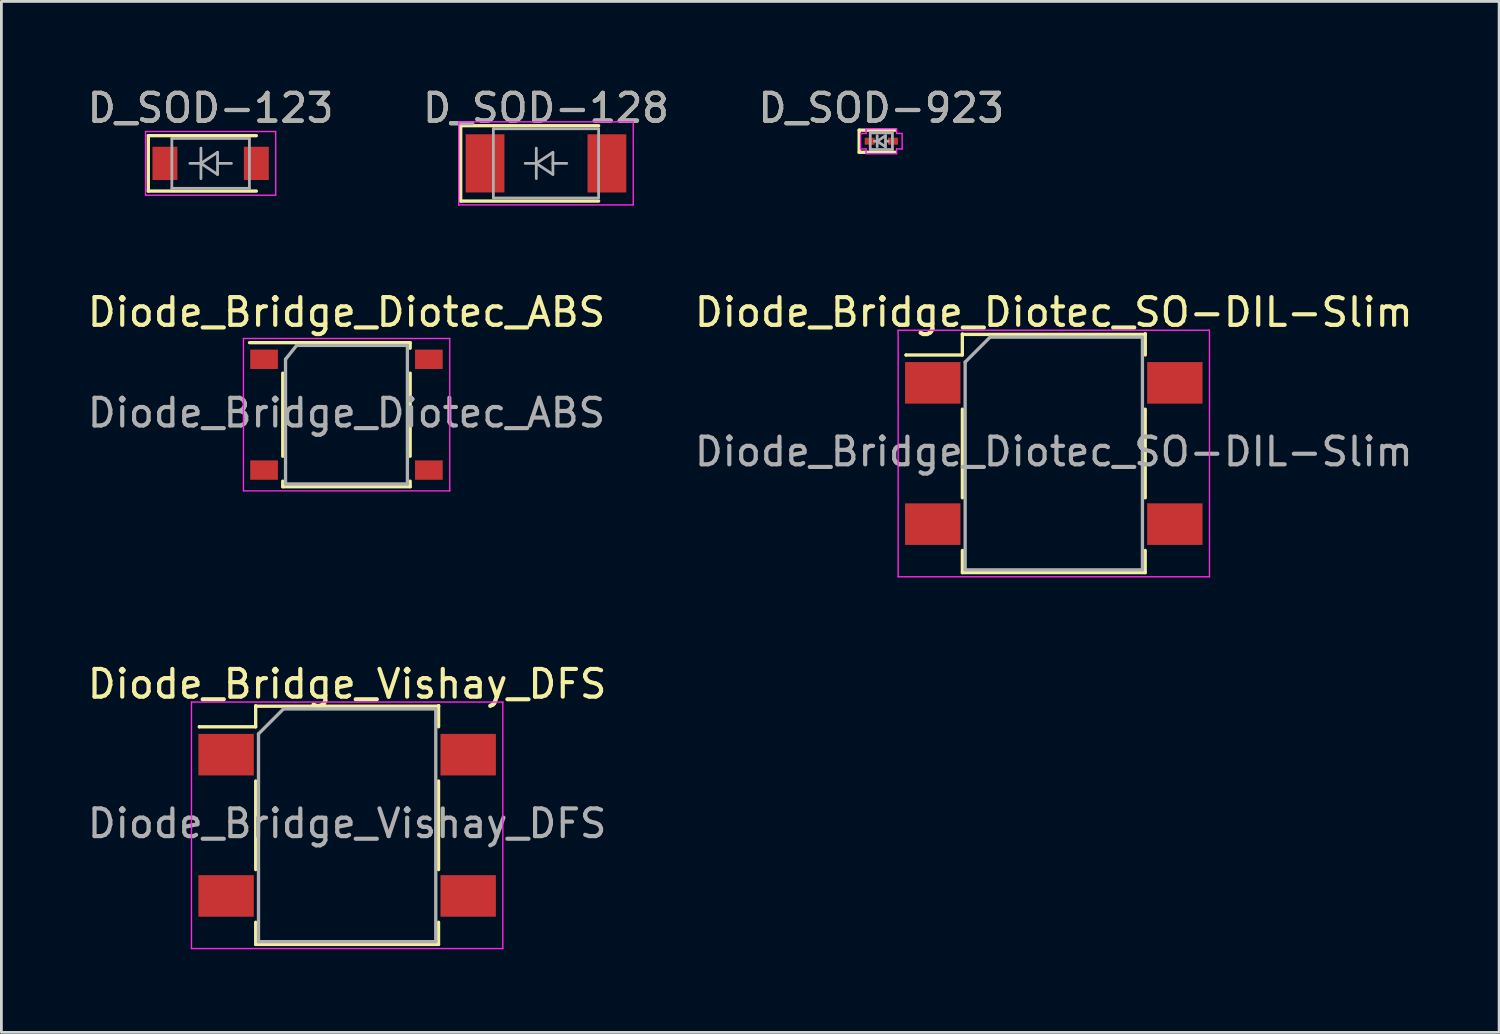
<source format=kicad_pcb>
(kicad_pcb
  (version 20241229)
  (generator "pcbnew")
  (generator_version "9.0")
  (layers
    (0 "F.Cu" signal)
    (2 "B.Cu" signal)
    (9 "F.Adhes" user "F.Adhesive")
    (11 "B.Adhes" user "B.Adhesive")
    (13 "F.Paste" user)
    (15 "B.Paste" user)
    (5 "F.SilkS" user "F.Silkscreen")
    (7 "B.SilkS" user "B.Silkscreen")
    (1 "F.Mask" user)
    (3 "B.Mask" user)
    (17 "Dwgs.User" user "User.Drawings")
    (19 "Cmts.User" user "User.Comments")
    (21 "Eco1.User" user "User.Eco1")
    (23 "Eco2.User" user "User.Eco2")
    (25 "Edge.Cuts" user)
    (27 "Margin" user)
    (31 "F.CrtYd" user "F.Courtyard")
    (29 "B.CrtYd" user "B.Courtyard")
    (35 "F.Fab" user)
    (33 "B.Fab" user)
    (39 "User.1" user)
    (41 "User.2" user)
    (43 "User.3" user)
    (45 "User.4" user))
  (footprint "D_SOD-923"
    (layer "F.Cu")
    (at 28.768 2.048)
    (property "Reference" "D_SOD-923" (at 0 -1.2 0) (layer "F.SilkS") (effects (font (size 1 1) (thickness 0.15))))
    (attr smd)
    (fp_line (start -0.8 -0.4) (end -0.8 0.4) (stroke (width 0.12) (type solid)) (layer "F.SilkS"))
    (fp_line (start 0.5 -0.4) (end -0.8 -0.4) (stroke (width 0.12) (type solid)) (layer "F.SilkS"))
    (fp_line (start 0.5 0.4) (end -0.8 0.4) (stroke (width 0.12) (type solid)) (layer "F.SilkS"))
    (fp_line (start -0.75 -0.28) (end -0.75 0.28) (stroke (width 0.05) (type solid)) (layer "F.CrtYd"))
    (fp_line (start -0.75 0.28) (end -0.55 0.28) (stroke (width 0.05) (type solid)) (layer "F.CrtYd"))
    (fp_line (start -0.55 -0.45) (end 0.55 -0.45) (stroke (width 0.05) (type solid)) (layer "F.CrtYd"))
    (fp_line (start -0.55 -0.28) (end -0.75 -0.28) (stroke (width 0.05) (type solid)) (layer "F.CrtYd"))
    (fp_line (start -0.55 -0.28) (end -0.55 -0.45) (stroke (width 0.05) (type solid)) (layer "F.CrtYd"))
    (fp_line (start -0.55 0.45) (end -0.55 0.28) (stroke (width 0.05) (type solid)) (layer "F.CrtYd"))
    (fp_line (start 0.55 -0.45) (end 0.55 -0.28) (stroke (width 0.05) (type solid)) (layer "F.CrtYd"))
    (fp_line (start 0.55 -0.28) (end 0.75 -0.28) (stroke (width 0.05) (type solid)) (layer "F.CrtYd"))
    (fp_line (start 0.55 0.28) (end 0.55 0.45) (stroke (width 0.05) (type solid)) (layer "F.CrtYd"))
    (fp_line (start 0.55 0.45) (end -0.55 0.45) (stroke (width 0.05) (type solid)) (layer "F.CrtYd"))
    (fp_line (start 0.75 -0.28) (end 0.75 0.28) (stroke (width 0.05) (type solid)) (layer "F.CrtYd"))
    (fp_line (start 0.75 0.28) (end 0.55 0.28) (stroke (width 0.05) (type solid)) (layer "F.CrtYd"))
    (fp_line (start -0.4 -0.3) (end 0.4 -0.3) (stroke (width 0.1) (type solid)) (layer "F.Fab"))
    (fp_line (start -0.4 0.3) (end -0.4 -0.3) (stroke (width 0.1) (type solid)) (layer "F.Fab"))
    (fp_line (start -0.15 0) (end -0.25 0) (stroke (width 0.1) (type solid)) (layer "F.Fab"))
    (fp_line (start -0.15 0) (end 0.15 0.2) (stroke (width 0.1) (type solid)) (layer "F.Fab"))
    (fp_line (start -0.15 0.2) (end -0.15 -0.2) (stroke (width 0.1) (type solid)) (layer "F.Fab"))
    (fp_line (start 0.15 -0.2) (end -0.15 0) (stroke (width 0.1) (type solid)) (layer "F.Fab"))
    (fp_line (start 0.15 0) (end 0.25 0) (stroke (width 0.1) (type solid)) (layer "F.Fab"))
    (fp_line (start 0.15 0.2) (end 0.15 -0.2) (stroke (width 0.1) (type solid)) (layer "F.Fab"))
    (fp_line (start 0.4 -0.3) (end 0.4 0.3) (stroke (width 0.1) (type solid)) (layer "F.Fab"))
    (fp_line (start 0.4 0.3) (end -0.4 0.3) (stroke (width 0.1) (type solid)) (layer "F.Fab"))
    (fp_text user "${REFERENCE}" (at 0 -1.2 0) (layer "F.Fab") (effects (font (size 1 1) (thickness 0.15))))
    (pad "1" smd rect (at -0.42 0 180) (size 0.36 0.25) (layers "F.Cu" "F.Mask" "F.Paste"))
    (pad "2" smd rect (at 0.42 0 180) (size 0.36 0.25) (layers "F.Cu" "F.Mask" "F.Paste")))
  (footprint "D_SOD-128"
    (layer "F.Cu")
    (at 16.661 2.848)
    (property "Reference" "D_SOD-128" (at 0 -2 0) (layer "F.SilkS") (effects (font (size 1 1) (thickness 0.15))))
    (attr smd)
    (fp_line (start -3.08 -1.36) (end -3.08 1.36) (stroke (width 0.12) (type solid)) (layer "F.SilkS"))
    (fp_line (start -3.08 -1.36) (end 1.9 -1.36) (stroke (width 0.12) (type solid)) (layer "F.SilkS"))
    (fp_line (start -3.08 1.36) (end 1.9 1.36) (stroke (width 0.12) (type solid)) (layer "F.SilkS"))
    (fp_line (start -3.15 -1.5) (end -3.15 1.5) (stroke (width 0.05) (type solid)) (layer "F.CrtYd"))
    (fp_line (start -3.15 -1.5) (end 3.15 -1.5) (stroke (width 0.05) (type solid)) (layer "F.CrtYd"))
    (fp_line (start 3.15 -1.5) (end 3.15 1.5) (stroke (width 0.05) (type solid)) (layer "F.CrtYd"))
    (fp_line (start 3.15 1.5) (end -3.15 1.5) (stroke (width 0.05) (type solid)) (layer "F.CrtYd"))
    (fp_line (start -1.9 -1.25) (end 1.9 -1.25) (stroke (width 0.1) (type solid)) (layer "F.Fab"))
    (fp_line (start -1.9 1.25) (end -1.9 -1.25) (stroke (width 0.1) (type solid)) (layer "F.Fab"))
    (fp_line (start -0.75 0) (end -0.35 0) (stroke (width 0.1) (type solid)) (layer "F.Fab"))
    (fp_line (start -0.35 0) (end -0.35 -0.55) (stroke (width 0.1) (type solid)) (layer "F.Fab"))
    (fp_line (start -0.35 0) (end -0.35 0.55) (stroke (width 0.1) (type solid)) (layer "F.Fab"))
    (fp_line (start -0.35 0) (end 0.25 -0.4) (stroke (width 0.1) (type solid)) (layer "F.Fab"))
    (fp_line (start 0.25 -0.4) (end 0.25 0.4) (stroke (width 0.1) (type solid)) (layer "F.Fab"))
    (fp_line (start 0.25 0) (end 0.75 0) (stroke (width 0.1) (type solid)) (layer "F.Fab"))
    (fp_line (start 0.25 0.4) (end -0.35 0) (stroke (width 0.1) (type solid)) (layer "F.Fab"))
    (fp_line (start 1.9 -1.25) (end 1.9 1.25) (stroke (width 0.1) (type solid)) (layer "F.Fab"))
    (fp_line (start 1.9 1.25) (end -1.9 1.25) (stroke (width 0.1) (type solid)) (layer "F.Fab"))
    (fp_text user "${REFERENCE}" (at 0 -2 0) (layer "F.Fab") (effects (font (size 1 1) (thickness 0.15))))
    (pad "1" smd rect (at -2.2 0) (size 1.4 2.1) (layers "F.Cu" "F.Mask" "F.Paste"))
    (pad "2" smd rect (at 2.2 0) (size 1.4 2.1) (layers "F.Cu" "F.Mask" "F.Paste")))
  (footprint "Diode_Bridge_Diotec_SO-DIL-Slim"
    (layer "F.Cu")
    (at 34.994 13.322)
    (property "Reference" "Diode_Bridge_Diotec_SO-DIL-Slim" (at 0 -5.1 0) (layer "F.SilkS") (effects (font (size 1 1) (thickness 0.15))))
    (attr smd)
    (fp_line (start -5.334 -3.556) (end -5.334 -3.556) (stroke (width 0.12) (type solid)) (layer "F.SilkS"))
    (fp_line (start -3.302 -4.318) (end -3.302 -3.556) (stroke (width 0.12) (type solid)) (layer "F.SilkS"))
    (fp_line (start -3.302 -3.556) (end -5.334 -3.556) (stroke (width 0.12) (type solid)) (layer "F.SilkS"))
    (fp_line (start -3.3 -4.3) (end 3.3 -4.3) (stroke (width 0.12) (type solid)) (layer "F.SilkS"))
    (fp_line (start -3.3 -1.6) (end -3.3 1.6) (stroke (width 0.12) (type solid)) (layer "F.SilkS"))
    (fp_line (start -3.3 3.5) (end -3.3 4.3) (stroke (width 0.12) (type solid)) (layer "F.SilkS"))
    (fp_line (start -3.3 4.3) (end 3.3 4.3) (stroke (width 0.12) (type solid)) (layer "F.SilkS"))
    (fp_line (start 3.3 -1.6) (end 3.3 1.6) (stroke (width 0.12) (type solid)) (layer "F.SilkS"))
    (fp_line (start 3.3 4.3) (end 3.3 3.5) (stroke (width 0.12) (type solid)) (layer "F.SilkS"))
    (fp_line (start 3.302 -4.318) (end 3.302 -4.318) (stroke (width 0.12) (type solid)) (layer "F.SilkS"))
    (fp_line (start 3.302 -3.556) (end 3.302 -4.318) (stroke (width 0.12) (type solid)) (layer "F.SilkS"))
    (fp_line (start -5.62 -4.45) (end -5.62 4.45) (stroke (width 0.05) (type solid)) (layer "F.CrtYd"))
    (fp_line (start -5.62 -4.45) (end 5.62 -4.45) (stroke (width 0.05) (type solid)) (layer "F.CrtYd"))
    (fp_line (start 5.62 4.45) (end -5.62 4.45) (stroke (width 0.05) (type solid)) (layer "F.CrtYd"))
    (fp_line (start 5.62 4.45) (end 5.62 -4.45) (stroke (width 0.05) (type solid)) (layer "F.CrtYd"))
    (fp_line (start -3.2 -3.3) (end -2.3 -4.2) (stroke (width 0.12) (type solid)) (layer "F.Fab"))
    (fp_line (start -3.2 4.2) (end -3.2 -3.3) (stroke (width 0.12) (type solid)) (layer "F.Fab"))
    (fp_line (start -2.3 -4.2) (end 3.2 -4.2) (stroke (width 0.12) (type solid)) (layer "F.Fab"))
    (fp_line (start 3.2 -4.2) (end 3.2 4.2) (stroke (width 0.12) (type solid)) (layer "F.Fab"))
    (fp_line (start 3.2 4.2) (end -3.2 4.2) (stroke (width 0.12) (type solid)) (layer "F.Fab"))
    (fp_text user "${REFERENCE}" (at 0 -0.065 0) (layer "F.Fab") (effects (font (size 1 1) (thickness 0.15))))
    (pad "1" smd rect (at -4.37 -2.55) (size 2 1.5) (layers "F.Cu" "F.Mask" "F.Paste"))
    (pad "2" smd rect (at -4.37 2.55) (size 2 1.5) (layers "F.Cu" "F.Mask" "F.Paste"))
    (pad "3" smd rect (at 4.37 2.55) (size 2 1.5) (layers "F.Cu" "F.Mask" "F.Paste"))
    (pad "4" smd rect (at 4.37 -2.55) (size 2 1.5) (layers "F.Cu" "F.Mask" "F.Paste")))
  (footprint "Diode_Bridge_Diotec_ABS"
    (layer "F.Cu")
    (at 9.458 11.921)
    (property "Reference" "Diode_Bridge_Diotec_ABS" (at 0 -3.7 0) (layer "F.SilkS") (effects (font (size 1 1) (thickness 0.15))))
    (attr smd)
    (fp_line (start -2.3 1.5) (end -2.3 -1.5) (stroke (width 0.12) (type solid)) (layer "F.SilkS"))
    (fp_line (start -2.3 2.6) (end -2.3 2.4) (stroke (width 0.12) (type solid)) (layer "F.SilkS"))
    (fp_line (start 2.3 -2.6) (end -3.5 -2.6) (stroke (width 0.12) (type solid)) (layer "F.SilkS"))
    (fp_line (start 2.3 -2.4) (end 2.3 -2.6) (stroke (width 0.12) (type solid)) (layer "F.SilkS"))
    (fp_line (start 2.3 -1.5) (end 2.3 1.5) (stroke (width 0.12) (type solid)) (layer "F.SilkS"))
    (fp_line (start 2.3 2.4) (end 2.3 2.6) (stroke (width 0.12) (type solid)) (layer "F.SilkS"))
    (fp_line (start 2.3 2.6) (end -2.3 2.6) (stroke (width 0.12) (type solid)) (layer "F.SilkS"))
    (fp_line (start -3.72 -2.75) (end -3.72 2.75) (stroke (width 0.05) (type solid)) (layer "F.CrtYd"))
    (fp_line (start -3.72 -2.75) (end 3.73 -2.75) (stroke (width 0.05) (type solid)) (layer "F.CrtYd"))
    (fp_line (start 3.73 2.75) (end -3.72 2.75) (stroke (width 0.05) (type solid)) (layer "F.CrtYd"))
    (fp_line (start 3.73 2.75) (end 3.73 -2.75) (stroke (width 0.05) (type solid)) (layer "F.CrtYd"))
    (fp_line (start -2.2 -2) (end -2.2 2.5) (stroke (width 0.12) (type solid)) (layer "F.Fab"))
    (fp_line (start -2.2 2.5) (end 2.2 2.5) (stroke (width 0.12) (type solid)) (layer "F.Fab"))
    (fp_line (start -1.8 -2.5) (end -2.2 -2) (stroke (width 0.12) (type solid)) (layer "F.Fab"))
    (fp_line (start 2.2 -2.5) (end -1.8 -2.5) (stroke (width 0.12) (type solid)) (layer "F.Fab"))
    (fp_line (start 2.2 2.5) (end 2.2 -2.5) (stroke (width 0.12) (type solid)) (layer "F.Fab"))
    (fp_text user "${REFERENCE}" (at 0 -0.065 0) (layer "F.Fab") (effects (font (size 1 1) (thickness 0.15))))
    (pad "1" smd rect (at -2.975 -2) (size 1 0.7) (layers "F.Cu" "F.Mask" "F.Paste"))
    (pad "2" smd rect (at -2.975 2) (size 1 0.7) (layers "F.Cu" "F.Mask" "F.Paste"))
    (pad "3" smd rect (at 2.975 2) (size 1 0.7) (layers "F.Cu" "F.Mask" "F.Paste"))
    (pad "4" smd rect (at 2.975 -2) (size 1 0.7) (layers "F.Cu" "F.Mask" "F.Paste")))
  (footprint "D_SOD-123"
    (layer "F.Cu")
    (at 4.554 2.848)
    (property "Reference" "D_SOD-123" (at 0 -2 0) (layer "F.SilkS") (effects (font (size 1 1) (thickness 0.15))))
    (attr smd)
    (fp_line (start -2.25 -1) (end -2.25 1) (stroke (width 0.12) (type solid)) (layer "F.SilkS"))
    (fp_line (start -2.25 -1) (end 1.65 -1) (stroke (width 0.12) (type solid)) (layer "F.SilkS"))
    (fp_line (start -2.25 1) (end 1.65 1) (stroke (width 0.12) (type solid)) (layer "F.SilkS"))
    (fp_line (start -2.35 -1.15) (end -2.35 1.15) (stroke (width 0.05) (type solid)) (layer "F.CrtYd"))
    (fp_line (start -2.35 -1.15) (end 2.35 -1.15) (stroke (width 0.05) (type solid)) (layer "F.CrtYd"))
    (fp_line (start 2.35 -1.15) (end 2.35 1.15) (stroke (width 0.05) (type solid)) (layer "F.CrtYd"))
    (fp_line (start 2.35 1.15) (end -2.35 1.15) (stroke (width 0.05) (type solid)) (layer "F.CrtYd"))
    (fp_line (start -1.4 -0.9) (end 1.4 -0.9) (stroke (width 0.1) (type solid)) (layer "F.Fab"))
    (fp_line (start -1.4 0.9) (end -1.4 -0.9) (stroke (width 0.1) (type solid)) (layer "F.Fab"))
    (fp_line (start -0.75 0) (end -0.35 0) (stroke (width 0.1) (type solid)) (layer "F.Fab"))
    (fp_line (start -0.35 0) (end -0.35 -0.55) (stroke (width 0.1) (type solid)) (layer "F.Fab"))
    (fp_line (start -0.35 0) (end -0.35 0.55) (stroke (width 0.1) (type solid)) (layer "F.Fab"))
    (fp_line (start -0.35 0) (end 0.25 -0.4) (stroke (width 0.1) (type solid)) (layer "F.Fab"))
    (fp_line (start 0.25 -0.4) (end 0.25 0.4) (stroke (width 0.1) (type solid)) (layer "F.Fab"))
    (fp_line (start 0.25 0) (end 0.75 0) (stroke (width 0.1) (type solid)) (layer "F.Fab"))
    (fp_line (start 0.25 0.4) (end -0.35 0) (stroke (width 0.1) (type solid)) (layer "F.Fab"))
    (fp_line (start 1.4 -0.9) (end 1.4 0.9) (stroke (width 0.1) (type solid)) (layer "F.Fab"))
    (fp_line (start 1.4 0.9) (end -1.4 0.9) (stroke (width 0.1) (type solid)) (layer "F.Fab"))
    (fp_text user "${REFERENCE}" (at 0 -2 0) (layer "F.Fab") (effects (font (size 1 1) (thickness 0.15))))
    (pad "1" smd rect (at -1.65 0) (size 0.9 1.2) (layers "F.Cu" "F.Mask" "F.Paste"))
    (pad "2" smd rect (at 1.65 0) (size 0.9 1.2) (layers "F.Cu" "F.Mask" "F.Paste")))
  (footprint "Diode_Bridge_Vishay_DFS"
    (layer "F.Cu")
    (at 9.482 26.745)
    (property "Reference" "Diode_Bridge_Vishay_DFS" (at 0 -5.1 0) (layer "F.SilkS") (effects (font (size 1 1) (thickness 0.15))))
    (attr smd)
    (fp_line (start -5.334 -3.556) (end -5.334 -3.556) (stroke (width 0.12) (type solid)) (layer "F.SilkS"))
    (fp_line (start -3.302 -4.318) (end -3.302 -3.556) (stroke (width 0.12) (type solid)) (layer "F.SilkS"))
    (fp_line (start -3.302 -3.556) (end -5.334 -3.556) (stroke (width 0.12) (type solid)) (layer "F.SilkS"))
    (fp_line (start -3.3 -4.3) (end 3.3 -4.3) (stroke (width 0.12) (type solid)) (layer "F.SilkS"))
    (fp_line (start -3.3 -1.6) (end -3.3 1.6) (stroke (width 0.12) (type solid)) (layer "F.SilkS"))
    (fp_line (start -3.3 3.5) (end -3.3 4.3) (stroke (width 0.12) (type solid)) (layer "F.SilkS"))
    (fp_line (start -3.3 4.3) (end 3.3 4.3) (stroke (width 0.12) (type solid)) (layer "F.SilkS"))
    (fp_line (start 3.3 -1.6) (end 3.3 1.6) (stroke (width 0.12) (type solid)) (layer "F.SilkS"))
    (fp_line (start 3.3 4.3) (end 3.3 3.5) (stroke (width 0.12) (type solid)) (layer "F.SilkS"))
    (fp_line (start 3.302 -4.318) (end 3.302 -4.318) (stroke (width 0.12) (type solid)) (layer "F.SilkS"))
    (fp_line (start 3.302 -3.556) (end 3.302 -4.318) (stroke (width 0.12) (type solid)) (layer "F.SilkS"))
    (fp_line (start -5.62 -4.45) (end -5.62 4.45) (stroke (width 0.05) (type solid)) (layer "F.CrtYd"))
    (fp_line (start -5.62 -4.45) (end 5.62 -4.45) (stroke (width 0.05) (type solid)) (layer "F.CrtYd"))
    (fp_line (start 5.62 4.45) (end -5.62 4.45) (stroke (width 0.05) (type solid)) (layer "F.CrtYd"))
    (fp_line (start 5.62 4.45) (end 5.62 -4.45) (stroke (width 0.05) (type solid)) (layer "F.CrtYd"))
    (fp_line (start -3.2 -3.3) (end -2.3 -4.2) (stroke (width 0.12) (type solid)) (layer "F.Fab"))
    (fp_line (start -3.2 4.2) (end -3.2 -3.3) (stroke (width 0.12) (type solid)) (layer "F.Fab"))
    (fp_line (start -2.3 -4.2) (end 3.2 -4.2) (stroke (width 0.12) (type solid)) (layer "F.Fab"))
    (fp_line (start 3.2 -4.2) (end 3.2 4.2) (stroke (width 0.12) (type solid)) (layer "F.Fab"))
    (fp_line (start 3.2 4.2) (end -3.2 4.2) (stroke (width 0.12) (type solid)) (layer "F.Fab"))
    (fp_text user "${REFERENCE}" (at 0 -0.065 0) (layer "F.Fab") (effects (font (size 1 1) (thickness 0.15))))
    (pad "1" smd rect (at -4.37 -2.55) (size 2 1.5) (layers "F.Cu" "F.Mask" "F.Paste"))
    (pad "2" smd rect (at -4.37 2.55) (size 2 1.5) (layers "F.Cu" "F.Mask" "F.Paste"))
    (pad "3" smd rect (at 4.37 2.55) (size 2 1.5) (layers "F.Cu" "F.Mask" "F.Paste"))
    (pad "4" smd rect (at 4.37 -2.55) (size 2 1.5) (layers "F.Cu" "F.Mask" "F.Paste")))
  (gr_rect
    (start -3 -3)
    (end 51.071 34.22)
    (stroke (width 0.1) (type default))
    (fill no)
    (layer "Edge.Cuts")))
</source>
